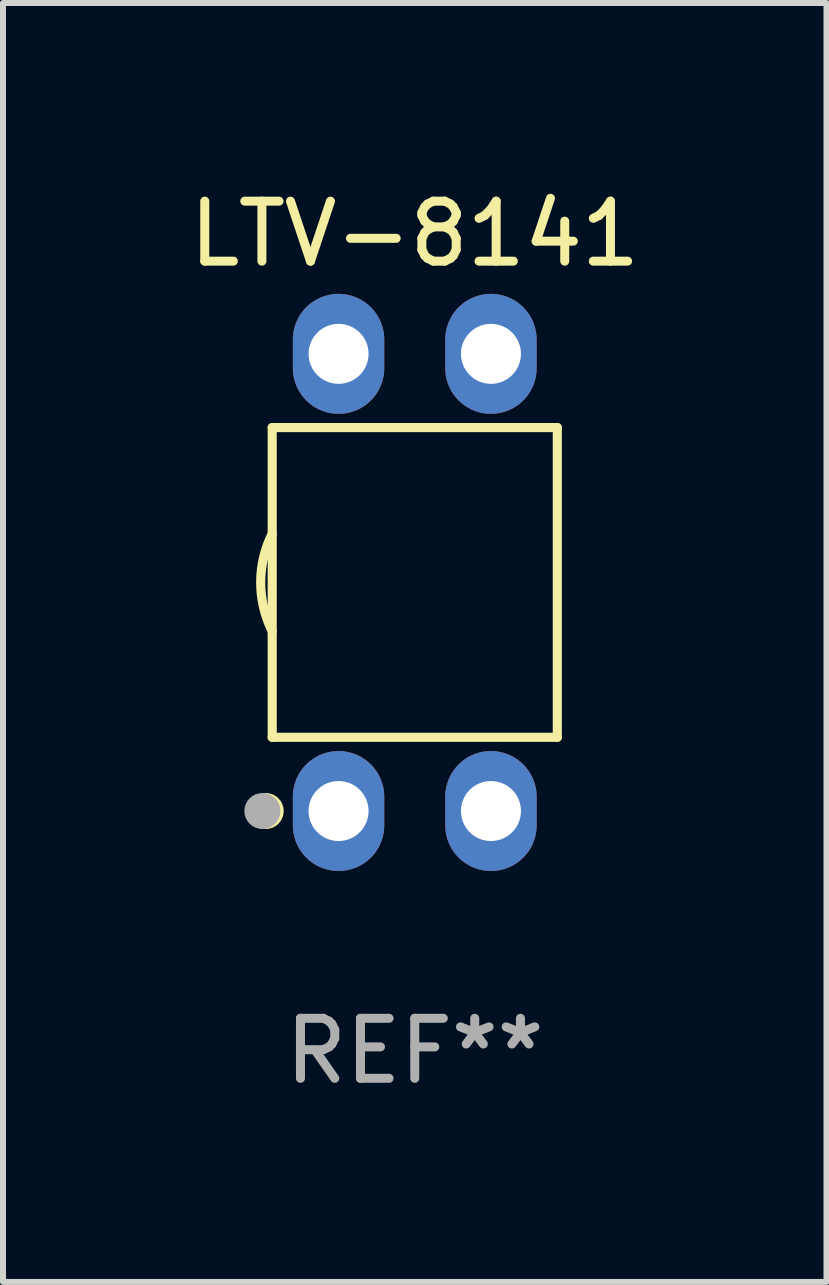
<source format=kicad_pcb>
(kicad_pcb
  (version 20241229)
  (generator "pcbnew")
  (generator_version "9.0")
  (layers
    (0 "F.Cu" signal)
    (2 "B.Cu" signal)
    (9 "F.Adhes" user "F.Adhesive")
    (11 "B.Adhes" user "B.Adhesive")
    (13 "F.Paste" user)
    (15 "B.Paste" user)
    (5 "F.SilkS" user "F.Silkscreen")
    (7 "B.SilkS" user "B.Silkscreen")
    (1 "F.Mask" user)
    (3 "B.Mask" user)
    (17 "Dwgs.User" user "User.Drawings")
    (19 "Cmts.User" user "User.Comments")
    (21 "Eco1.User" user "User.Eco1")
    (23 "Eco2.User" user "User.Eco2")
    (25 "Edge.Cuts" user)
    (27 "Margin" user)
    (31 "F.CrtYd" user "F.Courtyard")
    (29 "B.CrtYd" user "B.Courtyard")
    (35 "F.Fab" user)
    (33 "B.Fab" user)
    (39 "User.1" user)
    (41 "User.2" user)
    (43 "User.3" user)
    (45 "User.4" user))
  (footprint "LTV-8141"
    (layer "F.Cu")
    (at 3.863 6.658)
    (property "Reference" "LTV-8141" (at 0 -5.81 0) (layer "F.SilkS") (effects (font (size 1 1) (thickness 0.15))))
    (attr through_hole)
    (fp_line (start -2.376 -2.581) (end 2.376 -2.581) (stroke (width 0.152) (type solid)) (layer "F.SilkS"))
    (fp_line (start -2.376 2.581) (end -2.376 -2.581) (stroke (width 0.152) (type solid)) (layer "F.SilkS"))
    (fp_line (start 2.376 -2.581) (end 2.376 2.581) (stroke (width 0.152) (type solid)) (layer "F.SilkS"))
    (fp_line (start 2.376 2.581) (end -2.376 2.581) (stroke (width 0.152) (type solid)) (layer "F.SilkS"))
    (fp_arc (start -2.3762 0.812496) (mid -2.568004 0) (end -2.3762 -0.812497) (stroke (width 0.1524) (type solid)) (layer "F.SilkS"))
    (fp_circle (center -2.484 3.81) (end -2.334 3.81) (stroke (width 0.3) (type solid)) (fill no) (layer "F.SilkS"))
    (fp_circle (center -2.3 3.935) (end -2.27 3.935) (stroke (width 0.06) (type solid)) (fill no) (layer "F.SilkS"))
    (fp_circle (center -2.54 3.81) (end -2.39 3.81) (stroke (width 0.3) (type solid)) (fill no) (layer "F.Fab"))
    (fp_text user "REF**" (at 0 7.81 0) (layer "F.Fab") (effects (font (size 1 1) (thickness 0.15))))
    (pad "1" thru_hole oval (at -1.27 3.81) (size 1.524 2) (drill 1) (layers "*.Cu" "*.Mask"))
    (pad "2" thru_hole oval (at 1.27 3.81) (size 1.524 2) (drill 1) (layers "*.Cu" "*.Mask"))
    (pad "3" thru_hole oval (at 1.27 -3.81) (size 1.524 2) (drill 1) (layers "*.Cu" "*.Mask"))
    (pad "4" thru_hole oval (at -1.27 -3.81) (size 1.524 2) (drill 1) (layers "*.Cu" "*.Mask")))
  (gr_rect
    (start -3 -3)
    (end 10.726 18.317)
    (stroke (width 0.1) (type default))
    (fill no)
    (layer "Edge.Cuts")))
</source>
